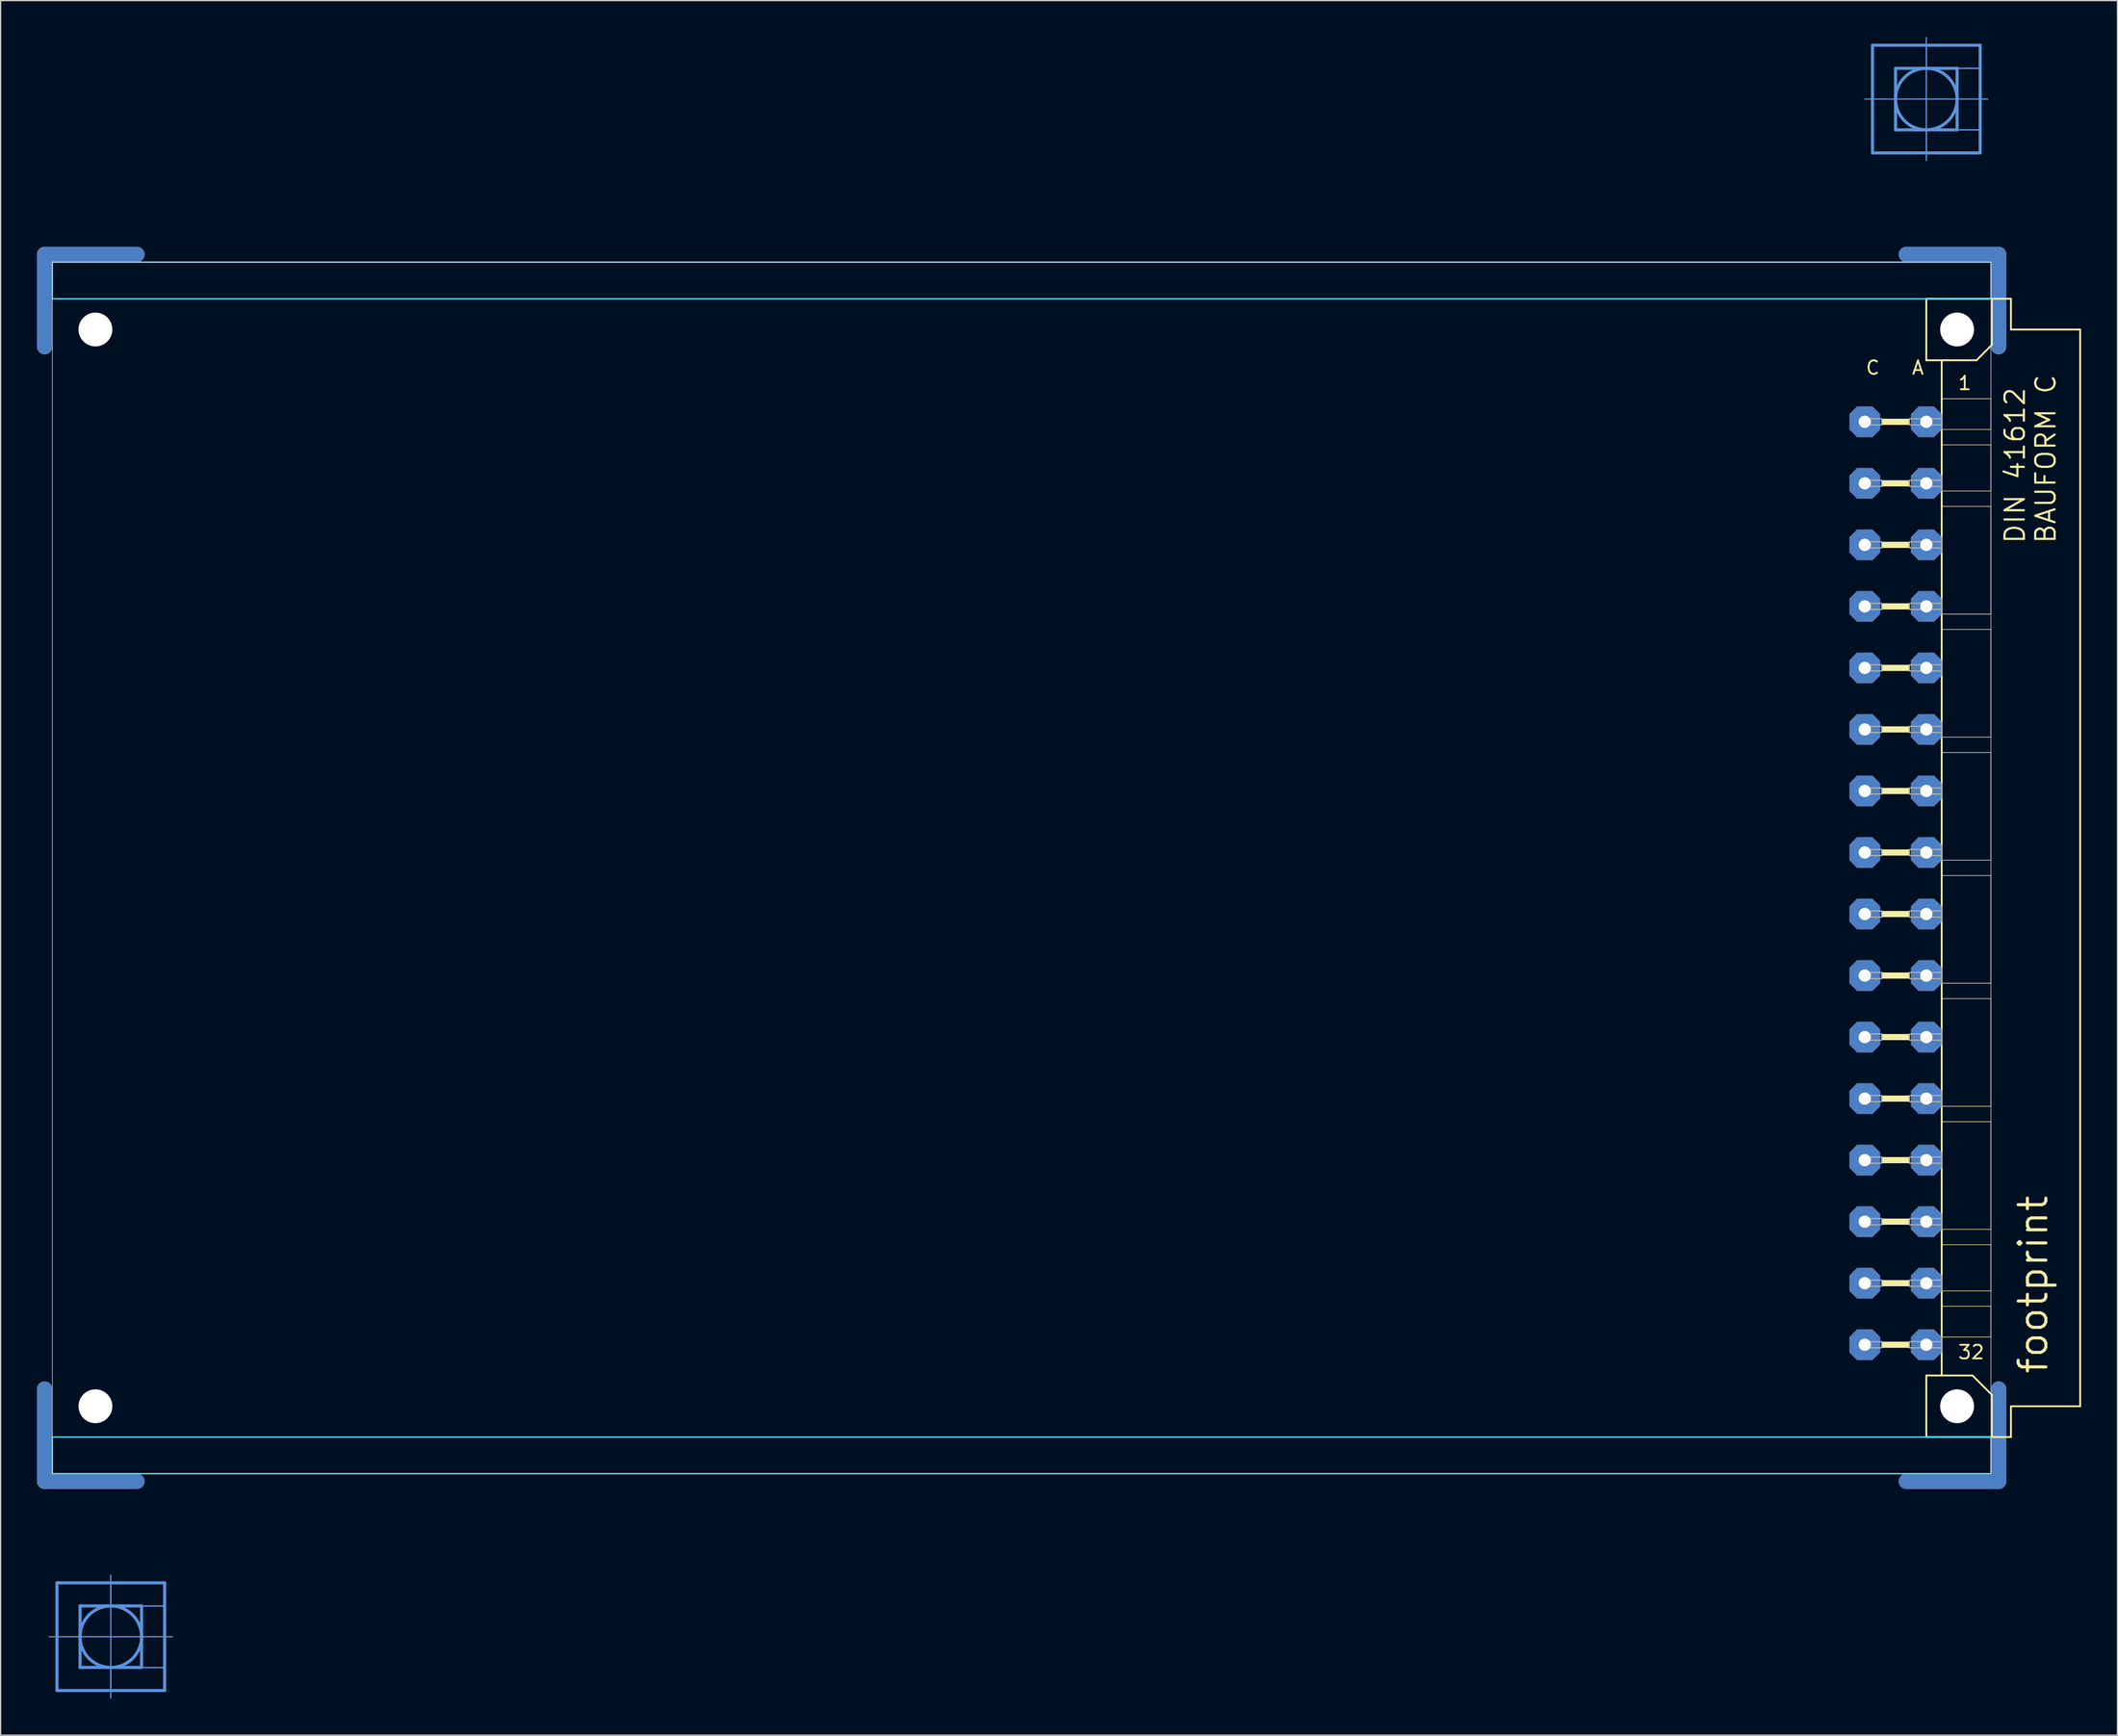
<source format=kicad_pcb>
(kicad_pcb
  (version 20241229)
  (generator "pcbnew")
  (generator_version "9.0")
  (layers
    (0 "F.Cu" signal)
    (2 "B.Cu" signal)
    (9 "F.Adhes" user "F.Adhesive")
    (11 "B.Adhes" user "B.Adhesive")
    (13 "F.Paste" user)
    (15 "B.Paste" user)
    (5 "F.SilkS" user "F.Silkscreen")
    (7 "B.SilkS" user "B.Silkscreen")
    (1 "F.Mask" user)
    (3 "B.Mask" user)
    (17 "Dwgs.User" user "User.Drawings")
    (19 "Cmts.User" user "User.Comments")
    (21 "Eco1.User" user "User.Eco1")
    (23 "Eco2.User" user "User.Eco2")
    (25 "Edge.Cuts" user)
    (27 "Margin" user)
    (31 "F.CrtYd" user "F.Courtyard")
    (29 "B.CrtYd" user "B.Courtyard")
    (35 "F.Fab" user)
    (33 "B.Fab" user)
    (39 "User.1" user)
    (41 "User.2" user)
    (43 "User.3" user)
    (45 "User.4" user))
  (footprint "footprint"
    (layer "F.Cu")
    (at 1.016 68.605)
    (property "Reference" "footprint" (at 165.1 41.91 90) (layer "F.SilkS") (effects (font (size 2.286 2.286) (thickness 0.254)) (justify left bottom)))
    (fp_line (start -0.381 -43.028) (end -0.381 -50.648) (stroke (width 1.27) (type solid)) (layer "F.Cu"))
    (fp_line (start -0.381 43.028) (end -0.381 50.648) (stroke (width 1.27) (type solid)) (layer "F.Cu"))
    (fp_line (start 7.239 -50.648) (end -0.381 -50.648) (stroke (width 1.27) (type solid)) (layer "F.Cu"))
    (fp_line (start 7.239 50.648) (end -0.381 50.648) (stroke (width 1.27) (type solid)) (layer "F.Cu"))
    (fp_line (start 153.289 -50.648) (end 160.909 -50.648) (stroke (width 1.27) (type solid)) (layer "F.Cu"))
    (fp_line (start 153.289 50.648) (end 160.909 50.648) (stroke (width 1.27) (type solid)) (layer "F.Cu"))
    (fp_line (start 160.909 -43.028) (end 160.909 -50.648) (stroke (width 1.27) (type solid)) (layer "F.Cu"))
    (fp_line (start 160.909 43.028) (end 160.909 50.648) (stroke (width 1.27) (type solid)) (layer "F.Cu"))
    (fp_line (start 0.254 -42.393) (end 0.254 -50.013) (stroke (width 0.152) (type solid)) (layer "F.Mask"))
    (fp_line (start 0.254 42.393) (end 0.254 50.013) (stroke (width 0.152) (type solid)) (layer "F.Mask"))
    (fp_line (start 7.874 -50.013) (end 0.254 -50.013) (stroke (width 0.152) (type solid)) (layer "F.Mask"))
    (fp_line (start 7.874 50.013) (end 0.254 50.013) (stroke (width 0.152) (type solid)) (layer "F.Mask"))
    (fp_line (start 152.654 -50.013) (end 160.274 -50.013) (stroke (width 0.152) (type solid)) (layer "F.Mask"))
    (fp_line (start 152.654 50.013) (end 160.274 50.013) (stroke (width 0.152) (type solid)) (layer "F.Mask"))
    (fp_line (start 160.274 -42.393) (end 160.274 -50.013) (stroke (width 0.152) (type solid)) (layer "F.Mask"))
    (fp_line (start 160.274 42.393) (end 160.274 50.013) (stroke (width 0.152) (type solid)) (layer "F.Mask"))
    (fp_line (start -0.381 -43.028) (end -0.381 -50.648) (stroke (width 1.27) (type solid)) (layer "B.Cu"))
    (fp_line (start -0.381 43.028) (end -0.381 50.648) (stroke (width 1.27) (type solid)) (layer "B.Cu"))
    (fp_line (start 7.239 -50.648) (end -0.381 -50.648) (stroke (width 1.27) (type solid)) (layer "B.Cu"))
    (fp_line (start 7.239 50.648) (end -0.381 50.648) (stroke (width 1.27) (type solid)) (layer "B.Cu"))
    (fp_line (start 153.289 -50.648) (end 160.909 -50.648) (stroke (width 1.27) (type solid)) (layer "B.Cu"))
    (fp_line (start 153.289 50.648) (end 160.909 50.648) (stroke (width 1.27) (type solid)) (layer "B.Cu"))
    (fp_line (start 160.909 -43.028) (end 160.909 -50.648) (stroke (width 1.27) (type solid)) (layer "B.Cu"))
    (fp_line (start 160.909 43.028) (end 160.909 50.648) (stroke (width 1.27) (type solid)) (layer "B.Cu"))
    (fp_line (start 0.254 -50.013) (end 7.874 -50.013) (stroke (width 0.152) (type solid)) (layer "B.Mask"))
    (fp_line (start 0.254 -42.393) (end 0.254 -50.013) (stroke (width 0.152) (type solid)) (layer "B.Mask"))
    (fp_line (start 0.254 50.013) (end 0.254 42.393) (stroke (width 0.152) (type solid)) (layer "B.Mask"))
    (fp_line (start 7.874 50.013) (end 0.254 50.013) (stroke (width 0.152) (type solid)) (layer "B.Mask"))
    (fp_line (start 152.654 -50.013) (end 160.274 -50.013) (stroke (width 0.152) (type solid)) (layer "B.Mask"))
    (fp_line (start 160.274 -50.013) (end 160.274 -42.393) (stroke (width 0.152) (type solid)) (layer "B.Mask"))
    (fp_line (start 160.274 42.393) (end 160.274 50.013) (stroke (width 0.152) (type solid)) (layer "B.Mask"))
    (fp_line (start 160.274 50.013) (end 152.654 50.013) (stroke (width 0.152) (type solid)) (layer "B.Mask"))
    (fp_line (start 154.94 -46.99) (end 154.94 -41.91) (stroke (width 0.152) (type solid)) (layer "F.SilkS"))
    (fp_line (start 154.94 -41.91) (end 156.21 -41.91) (stroke (width 0.152) (type solid)) (layer "F.SilkS"))
    (fp_line (start 154.94 41.91) (end 154.94 46.99) (stroke (width 0.152) (type solid)) (layer "F.SilkS"))
    (fp_line (start 154.94 41.91) (end 156.21 41.91) (stroke (width 0.152) (type solid)) (layer "F.SilkS"))
    (fp_line (start 154.94 46.99) (end 160.35 46.99) (stroke (width 0.152) (type solid)) (layer "F.SilkS"))
    (fp_line (start 156.21 -41.91) (end 156.21 -38.735) (stroke (width 0.152) (type solid)) (layer "F.SilkS"))
    (fp_line (start 156.21 -41.91) (end 159.08 -41.91) (stroke (width 0.152) (type solid)) (layer "F.SilkS"))
    (fp_line (start 156.21 -38.735) (end 156.21 -37.465) (stroke (width 0.152) (type solid)) (layer "F.SilkS"))
    (fp_line (start 156.21 -36.195) (end 156.21 -34.925) (stroke (width 0.152) (type solid)) (layer "F.SilkS"))
    (fp_line (start 156.21 -32.385) (end 156.21 -34.925) (stroke (width 0.152) (type solid)) (layer "F.SilkS"))
    (fp_line (start 156.21 -31.115) (end 156.21 -29.845) (stroke (width 0.152) (type solid)) (layer "F.SilkS"))
    (fp_line (start 156.21 -27.305) (end 156.21 -29.845) (stroke (width 0.152) (type solid)) (layer "F.SilkS"))
    (fp_line (start 156.21 -22.225) (end 156.21 -26.035) (stroke (width 0.152) (type solid)) (layer "F.SilkS"))
    (fp_line (start 156.21 -20.955) (end 156.21 -19.685) (stroke (width 0.152) (type solid)) (layer "F.SilkS"))
    (fp_line (start 156.21 -17.145) (end 156.21 -19.685) (stroke (width 0.152) (type solid)) (layer "F.SilkS"))
    (fp_line (start 156.21 -12.065) (end 156.21 -15.875) (stroke (width 0.152) (type solid)) (layer "F.SilkS"))
    (fp_line (start 156.21 -10.795) (end 156.21 -9.525) (stroke (width 0.152) (type solid)) (layer "F.SilkS"))
    (fp_line (start 156.21 -6.985) (end 156.21 -9.525) (stroke (width 0.152) (type solid)) (layer "F.SilkS"))
    (fp_line (start 156.21 -1.905) (end 156.21 -5.715) (stroke (width 0.152) (type solid)) (layer "F.SilkS"))
    (fp_line (start 156.21 -0.635) (end 156.21 0.635) (stroke (width 0.152) (type solid)) (layer "F.SilkS"))
    (fp_line (start 156.21 3.175) (end 156.21 0.635) (stroke (width 0.152) (type solid)) (layer "F.SilkS"))
    (fp_line (start 156.21 8.255) (end 156.21 4.445) (stroke (width 0.152) (type solid)) (layer "F.SilkS"))
    (fp_line (start 156.21 9.525) (end 156.21 10.795) (stroke (width 0.152) (type solid)) (layer "F.SilkS"))
    (fp_line (start 156.21 13.335) (end 156.21 10.795) (stroke (width 0.152) (type solid)) (layer "F.SilkS"))
    (fp_line (start 156.21 18.415) (end 156.21 14.605) (stroke (width 0.152) (type solid)) (layer "F.SilkS"))
    (fp_line (start 156.21 19.685) (end 156.21 20.955) (stroke (width 0.152) (type solid)) (layer "F.SilkS"))
    (fp_line (start 156.21 23.495) (end 156.21 20.955) (stroke (width 0.152) (type solid)) (layer "F.SilkS"))
    (fp_line (start 156.21 28.575) (end 156.21 24.765) (stroke (width 0.152) (type solid)) (layer "F.SilkS"))
    (fp_line (start 156.21 29.845) (end 156.21 31.115) (stroke (width 0.152) (type solid)) (layer "F.SilkS"))
    (fp_line (start 156.21 33.655) (end 156.21 31.115) (stroke (width 0.152) (type solid)) (layer "F.SilkS"))
    (fp_line (start 156.21 34.925) (end 156.21 36.195) (stroke (width 0.152) (type solid)) (layer "F.SilkS"))
    (fp_line (start 156.21 36.195) (end 156.21 38.735) (stroke (width 0.152) (type solid)) (layer "F.SilkS"))
    (fp_line (start 156.21 40.005) (end 156.21 41.91) (stroke (width 0.152) (type solid)) (layer "F.SilkS"))
    (fp_line (start 156.21 41.91) (end 158.75 41.91) (stroke (width 0.152) (type solid)) (layer "F.SilkS"))
    (fp_line (start 159.08 -41.91) (end 160.35 -43.18) (stroke (width 0.152) (type solid)) (layer "F.SilkS"))
    (fp_line (start 160.274 -38.735) (end 156.21 -38.735) (stroke (width 0.051) (type solid)) (layer "F.SilkS"))
    (fp_line (start 160.274 -38.735) (end 160.274 -36.195) (stroke (width 0.051) (type solid)) (layer "F.SilkS"))
    (fp_line (start 160.274 -36.195) (end 156.21 -36.195) (stroke (width 0.051) (type solid)) (layer "F.SilkS"))
    (fp_line (start 160.274 -34.925) (end 156.21 -34.925) (stroke (width 0.051) (type solid)) (layer "F.SilkS"))
    (fp_line (start 160.274 -34.925) (end 160.274 -31.115) (stroke (width 0.051) (type solid)) (layer "F.SilkS"))
    (fp_line (start 160.274 -31.115) (end 156.21 -31.115) (stroke (width 0.051) (type solid)) (layer "F.SilkS"))
    (fp_line (start 160.274 -29.845) (end 156.21 -29.845) (stroke (width 0.051) (type solid)) (layer "F.SilkS"))
    (fp_line (start 160.274 -29.845) (end 160.274 -20.955) (stroke (width 0.051) (type solid)) (layer "F.SilkS"))
    (fp_line (start 160.274 -20.955) (end 156.21 -20.955) (stroke (width 0.051) (type solid)) (layer "F.SilkS"))
    (fp_line (start 160.274 -19.685) (end 156.21 -19.685) (stroke (width 0.051) (type solid)) (layer "F.SilkS"))
    (fp_line (start 160.274 -19.685) (end 160.274 -10.795) (stroke (width 0.051) (type solid)) (layer "F.SilkS"))
    (fp_line (start 160.274 -10.795) (end 156.21 -10.795) (stroke (width 0.051) (type solid)) (layer "F.SilkS"))
    (fp_line (start 160.274 -9.525) (end 156.21 -9.525) (stroke (width 0.051) (type solid)) (layer "F.SilkS"))
    (fp_line (start 160.274 -9.525) (end 160.274 -0.635) (stroke (width 0.051) (type solid)) (layer "F.SilkS"))
    (fp_line (start 160.274 -0.635) (end 156.21 -0.635) (stroke (width 0.051) (type solid)) (layer "F.SilkS"))
    (fp_line (start 160.274 0.635) (end 156.21 0.635) (stroke (width 0.051) (type solid)) (layer "F.SilkS"))
    (fp_line (start 160.274 0.635) (end 160.274 9.525) (stroke (width 0.051) (type solid)) (layer "F.SilkS"))
    (fp_line (start 160.274 9.525) (end 156.21 9.525) (stroke (width 0.051) (type solid)) (layer "F.SilkS"))
    (fp_line (start 160.274 10.795) (end 156.21 10.795) (stroke (width 0.051) (type solid)) (layer "F.SilkS"))
    (fp_line (start 160.274 10.795) (end 160.274 19.685) (stroke (width 0.051) (type solid)) (layer "F.SilkS"))
    (fp_line (start 160.274 19.685) (end 156.21 19.685) (stroke (width 0.051) (type solid)) (layer "F.SilkS"))
    (fp_line (start 160.274 20.955) (end 156.21 20.955) (stroke (width 0.051) (type solid)) (layer "F.SilkS"))
    (fp_line (start 160.274 20.955) (end 160.274 29.845) (stroke (width 0.051) (type solid)) (layer "F.SilkS"))
    (fp_line (start 160.274 29.845) (end 156.21 29.845) (stroke (width 0.051) (type solid)) (layer "F.SilkS"))
    (fp_line (start 160.274 31.115) (end 156.21 31.115) (stroke (width 0.051) (type solid)) (layer "F.SilkS"))
    (fp_line (start 160.274 31.115) (end 160.274 34.925) (stroke (width 0.051) (type solid)) (layer "F.SilkS"))
    (fp_line (start 160.274 34.925) (end 156.21 34.925) (stroke (width 0.051) (type solid)) (layer "F.SilkS"))
    (fp_line (start 160.274 36.195) (end 156.21 36.195) (stroke (width 0.051) (type solid)) (layer "F.SilkS"))
    (fp_line (start 160.274 36.195) (end 160.274 38.735) (stroke (width 0.051) (type solid)) (layer "F.SilkS"))
    (fp_line (start 160.274 38.735) (end 156.21 38.735) (stroke (width 0.051) (type solid)) (layer "F.SilkS"))
    (fp_line (start 160.35 -46.99) (end 154.94 -46.99) (stroke (width 0.152) (type solid)) (layer "F.SilkS"))
    (fp_line (start 160.35 -43.18) (end 160.35 -46.99) (stroke (width 0.152) (type solid)) (layer "F.SilkS"))
    (fp_line (start 160.35 43.51) (end 158.75 41.91) (stroke (width 0.152) (type solid)) (layer "F.SilkS"))
    (fp_line (start 160.35 43.51) (end 160.35 46.99) (stroke (width 0.152) (type solid)) (layer "F.SilkS"))
    (fp_line (start 160.35 46.99) (end 161.925 46.99) (stroke (width 0.152) (type solid)) (layer "F.SilkS"))
    (fp_line (start 161.925 -46.99) (end 160.35 -46.99) (stroke (width 0.152) (type solid)) (layer "F.SilkS"))
    (fp_line (start 161.925 -44.45) (end 161.925 -46.99) (stroke (width 0.152) (type solid)) (layer "F.SilkS"))
    (fp_line (start 161.925 44.45) (end 167.64 44.45) (stroke (width 0.152) (type solid)) (layer "F.SilkS"))
    (fp_line (start 161.925 46.99) (end 161.925 44.45) (stroke (width 0.152) (type solid)) (layer "F.SilkS"))
    (fp_line (start 167.64 -44.45) (end 161.925 -44.45) (stroke (width 0.152) (type solid)) (layer "F.SilkS"))
    (fp_line (start 167.64 44.45) (end 167.64 -44.45) (stroke (width 0.152) (type solid)) (layer "F.SilkS"))
    (fp_circle (center 157.48 -44.45) (end 158.75 -44.45) (stroke (width 0.152) (type solid)) (fill no) (layer "F.SilkS"))
    (fp_circle (center 157.48 44.45) (end 158.75 44.45) (stroke (width 0.152) (type solid)) (fill no) (layer "F.SilkS"))
    (fp_poly (pts (xy 151.257 -36.576) (xy 153.543 -36.576) (xy 153.543 -37.084) (xy 151.257 -37.084)) (stroke (width 0) (type solid)) (fill yes) (layer "F.SilkS"))
    (fp_poly (pts (xy 151.257 -31.496) (xy 153.543 -31.496) (xy 153.543 -32.004) (xy 151.257 -32.004)) (stroke (width 0) (type solid)) (fill yes) (layer "F.SilkS"))
    (fp_poly (pts (xy 151.257 -26.416) (xy 153.543 -26.416) (xy 153.543 -26.924) (xy 151.257 -26.924)) (stroke (width 0) (type solid)) (fill yes) (layer "F.SilkS"))
    (fp_poly (pts (xy 151.257 -21.336) (xy 153.543 -21.336) (xy 153.543 -21.844) (xy 151.257 -21.844)) (stroke (width 0) (type solid)) (fill yes) (layer "F.SilkS"))
    (fp_poly (pts (xy 151.257 -16.256) (xy 153.543 -16.256) (xy 153.543 -16.764) (xy 151.257 -16.764)) (stroke (width 0) (type solid)) (fill yes) (layer "F.SilkS"))
    (fp_poly (pts (xy 151.257 -11.176) (xy 153.543 -11.176) (xy 153.543 -11.684) (xy 151.257 -11.684)) (stroke (width 0) (type solid)) (fill yes) (layer "F.SilkS"))
    (fp_poly (pts (xy 151.257 -6.096) (xy 153.543 -6.096) (xy 153.543 -6.604) (xy 151.257 -6.604)) (stroke (width 0) (type solid)) (fill yes) (layer "F.SilkS"))
    (fp_poly (pts (xy 151.257 -1.016) (xy 153.543 -1.016) (xy 153.543 -1.524) (xy 151.257 -1.524)) (stroke (width 0) (type solid)) (fill yes) (layer "F.SilkS"))
    (fp_poly (pts (xy 151.257 4.064) (xy 153.543 4.064) (xy 153.543 3.556) (xy 151.257 3.556)) (stroke (width 0) (type solid)) (fill yes) (layer "F.SilkS"))
    (fp_poly (pts (xy 151.257 9.144) (xy 153.543 9.144) (xy 153.543 8.636) (xy 151.257 8.636)) (stroke (width 0) (type solid)) (fill yes) (layer "F.SilkS"))
    (fp_poly (pts (xy 151.257 14.224) (xy 153.543 14.224) (xy 153.543 13.716) (xy 151.257 13.716)) (stroke (width 0) (type solid)) (fill yes) (layer "F.SilkS"))
    (fp_poly (pts (xy 151.257 19.304) (xy 153.543 19.304) (xy 153.543 18.796) (xy 151.257 18.796)) (stroke (width 0) (type solid)) (fill yes) (layer "F.SilkS"))
    (fp_poly (pts (xy 151.257 24.384) (xy 153.543 24.384) (xy 153.543 23.876) (xy 151.257 23.876)) (stroke (width 0) (type solid)) (fill yes) (layer "F.SilkS"))
    (fp_poly (pts (xy 151.257 29.464) (xy 153.543 29.464) (xy 153.543 28.956) (xy 151.257 28.956)) (stroke (width 0) (type solid)) (fill yes) (layer "F.SilkS"))
    (fp_poly (pts (xy 151.257 34.544) (xy 153.543 34.544) (xy 153.543 34.036) (xy 151.257 34.036)) (stroke (width 0) (type solid)) (fill yes) (layer "F.SilkS"))
    (fp_poly (pts (xy 151.257 39.624) (xy 153.543 39.624) (xy 153.543 39.116) (xy 151.257 39.116)) (stroke (width 0) (type solid)) (fill yes) (layer "F.SilkS"))
    (fp_line (start 0 63.475) (end 0.635 63.475) (stroke (width 0.102) (type solid)) (layer "Cmts.User"))
    (fp_line (start 0.635 59.03) (end 9.525 59.03) (stroke (width 0.254) (type solid)) (layer "Cmts.User"))
    (fp_line (start 0.635 63.475) (end 0.635 59.03) (stroke (width 0.254) (type solid)) (layer "Cmts.User"))
    (fp_line (start 0.635 63.475) (end 10.16 63.475) (stroke (width 0.102) (type solid)) (layer "Cmts.User"))
    (fp_line (start 0.635 67.92) (end 0.635 63.475) (stroke (width 0.254) (type solid)) (layer "Cmts.User"))
    (fp_line (start 2.54 60.935) (end 2.54 66.015) (stroke (width 0.254) (type solid)) (layer "Cmts.User"))
    (fp_line (start 2.54 66.015) (end 7.62 66.015) (stroke (width 0.254) (type solid)) (layer "Cmts.User"))
    (fp_line (start 5.08 68.555) (end 5.08 58.395) (stroke (width 0.102) (type solid)) (layer "Cmts.User"))
    (fp_line (start 7.62 60.935) (end 2.54 60.935) (stroke (width 0.254) (type solid)) (layer "Cmts.User"))
    (fp_line (start 7.62 66.015) (end 7.62 60.935) (stroke (width 0.254) (type solid)) (layer "Cmts.User"))
    (fp_line (start 9.525 59.03) (end 9.525 67.92) (stroke (width 0.254) (type solid)) (layer "Cmts.User"))
    (fp_line (start 9.525 67.92) (end 0.635 67.92) (stroke (width 0.254) (type solid)) (layer "Cmts.User"))
    (fp_line (start 149.86 -63.475) (end 150.495 -63.475) (stroke (width 0.102) (type solid)) (layer "Cmts.User"))
    (fp_line (start 150.495 -67.92) (end 159.385 -67.92) (stroke (width 0.254) (type solid)) (layer "Cmts.User"))
    (fp_line (start 150.495 -63.475) (end 150.495 -67.92) (stroke (width 0.254) (type solid)) (layer "Cmts.User"))
    (fp_line (start 150.495 -63.475) (end 160.02 -63.475) (stroke (width 0.102) (type solid)) (layer "Cmts.User"))
    (fp_line (start 150.495 -59.03) (end 150.495 -63.475) (stroke (width 0.254) (type solid)) (layer "Cmts.User"))
    (fp_line (start 152.4 -66.015) (end 152.4 -60.935) (stroke (width 0.254) (type solid)) (layer "Cmts.User"))
    (fp_line (start 152.4 -60.935) (end 157.48 -60.935) (stroke (width 0.254) (type solid)) (layer "Cmts.User"))
    (fp_line (start 154.94 -58.395) (end 154.94 -68.555) (stroke (width 0.102) (type solid)) (layer "Cmts.User"))
    (fp_line (start 157.48 -66.015) (end 152.4 -66.015) (stroke (width 0.254) (type solid)) (layer "Cmts.User"))
    (fp_line (start 157.48 -60.935) (end 157.48 -66.015) (stroke (width 0.254) (type solid)) (layer "Cmts.User"))
    (fp_line (start 159.385 -67.92) (end 159.385 -59.03) (stroke (width 0.254) (type solid)) (layer "Cmts.User"))
    (fp_line (start 159.385 -59.03) (end 150.495 -59.03) (stroke (width 0.254) (type solid)) (layer "Cmts.User"))
    (fp_circle (center 5.08 63.475) (end 7.62 63.475) (stroke (width 0.254) (type solid)) (fill no) (layer "Cmts.User"))
    (fp_circle (center 154.94 -63.475) (end 157.48 -63.475) (stroke (width 0.254) (type solid)) (fill no) (layer "Cmts.User"))
    (fp_poly (pts (xy 5.08 60.935) (xy 9.525 60.935) (xy 9.525 59.03) (xy 5.08 59.03)) (stroke (width 0.1) (type solid)) (fill no) (layer "Cmts.User"))
    (fp_poly (pts (xy 5.08 67.92) (xy 9.525 67.92) (xy 9.525 66.015) (xy 5.08 66.015)) (stroke (width 0.1) (type solid)) (fill no) (layer "Cmts.User"))
    (fp_poly (pts (xy 7.62 66.015) (xy 9.525 66.015) (xy 9.525 60.935) (xy 7.62 60.935)) (stroke (width 0.1) (type solid)) (fill no) (layer "Cmts.User"))
    (fp_poly (pts (xy 154.94 -66.015) (xy 159.385 -66.015) (xy 159.385 -67.92) (xy 154.94 -67.92)) (stroke (width 0.1) (type solid)) (fill no) (layer "Cmts.User"))
    (fp_poly (pts (xy 154.94 -59.03) (xy 159.385 -59.03) (xy 159.385 -60.935) (xy 154.94 -60.935)) (stroke (width 0.1) (type solid)) (fill no) (layer "Cmts.User"))
    (fp_poly (pts (xy 157.48 -60.935) (xy 159.385 -60.935) (xy 159.385 -66.015) (xy 157.48 -66.015)) (stroke (width 0.1) (type solid)) (fill no) (layer "Cmts.User"))
    (fp_line (start 0.254 -50.013) (end 0.254 50.013) (stroke (width 0.05) (type solid)) (layer "Edge.Cuts"))
    (fp_line (start 0.254 50.013) (end 160.274 50.013) (stroke (width 0.05) (type solid)) (layer "Edge.Cuts"))
    (fp_line (start 160.274 -50.013) (end 0.254 -50.013) (stroke (width 0.05) (type solid)) (layer "Edge.Cuts"))
    (fp_line (start 160.274 50.013) (end 160.274 -50.013) (stroke (width 0.05) (type solid)) (layer "Edge.Cuts"))
    (fp_line (start 0.254 -46.99) (end 0.254 -50.013) (stroke (width 0.051) (type solid)) (layer "B.CrtYd"))
    (fp_line (start 0.254 46.99) (end 0.254 50.013) (stroke (width 0.051) (type solid)) (layer "B.CrtYd"))
    (fp_line (start 160.274 -50.013) (end 0.254 -50.013) (stroke (width 0.051) (type solid)) (layer "B.CrtYd"))
    (fp_line (start 160.274 -50.013) (end 160.274 -46.99) (stroke (width 0.051) (type solid)) (layer "B.CrtYd"))
    (fp_line (start 160.274 50.013) (end 0.254 50.013) (stroke (width 0.051) (type solid)) (layer "B.CrtYd"))
    (fp_line (start 160.274 50.013) (end 160.274 46.99) (stroke (width 0.051) (type solid)) (layer "B.CrtYd"))
    (fp_poly (pts (xy 0.254 -46.99) (xy 160.274 -46.99) (xy 160.274 -50.013) (xy 0.254 -50.013)) (stroke (width 0.1) (type solid)) (fill no) (layer "B.CrtYd"))
    (fp_poly (pts (xy 0.254 50.013) (xy 160.274 50.013) (xy 160.274 46.99) (xy 0.254 46.99)) (stroke (width 0.1) (type solid)) (fill no) (layer "B.CrtYd"))
    (fp_line (start 0.254 -46.99) (end 0.254 -50.013) (stroke (width 0.051) (type solid)) (layer "F.CrtYd"))
    (fp_line (start 0.254 46.99) (end 0.254 50.013) (stroke (width 0.051) (type solid)) (layer "F.CrtYd"))
    (fp_line (start 160.274 -50.013) (end 0.254 -50.013) (stroke (width 0.051) (type solid)) (layer "F.CrtYd"))
    (fp_line (start 160.274 -50.013) (end 160.274 -46.99) (stroke (width 0.051) (type solid)) (layer "F.CrtYd"))
    (fp_line (start 160.274 50.013) (end 0.254 50.013) (stroke (width 0.051) (type solid)) (layer "F.CrtYd"))
    (fp_line (start 160.274 50.013) (end 160.274 46.99) (stroke (width 0.051) (type solid)) (layer "F.CrtYd"))
    (fp_poly (pts (xy 0.254 -46.99) (xy 160.274 -46.99) (xy 160.274 -50.013) (xy 0.254 -50.013)) (stroke (width 0.1) (type solid)) (fill no) (layer "F.CrtYd"))
    (fp_poly (pts (xy 0.254 50.013) (xy 160.274 50.013) (xy 160.274 46.99) (xy 0.254 46.99)) (stroke (width 0.1) (type solid)) (fill no) (layer "F.CrtYd"))
    (fp_line (start 156.21 -36.195) (end 156.21 -37.465) (stroke (width 0.152) (type solid)) (layer "F.Fab"))
    (fp_line (start 156.21 -31.115) (end 156.21 -32.385) (stroke (width 0.152) (type solid)) (layer "F.Fab"))
    (fp_line (start 156.21 -26.035) (end 156.21 -27.305) (stroke (width 0.152) (type solid)) (layer "F.Fab"))
    (fp_line (start 156.21 -20.955) (end 156.21 -22.225) (stroke (width 0.152) (type solid)) (layer "F.Fab"))
    (fp_line (start 156.21 -15.875) (end 156.21 -17.145) (stroke (width 0.152) (type solid)) (layer "F.Fab"))
    (fp_line (start 156.21 -10.795) (end 156.21 -12.065) (stroke (width 0.152) (type solid)) (layer "F.Fab"))
    (fp_line (start 156.21 -5.715) (end 156.21 -6.985) (stroke (width 0.152) (type solid)) (layer "F.Fab"))
    (fp_line (start 156.21 -0.635) (end 156.21 -1.905) (stroke (width 0.152) (type solid)) (layer "F.Fab"))
    (fp_line (start 156.21 4.445) (end 156.21 3.175) (stroke (width 0.152) (type solid)) (layer "F.Fab"))
    (fp_line (start 156.21 9.525) (end 156.21 8.255) (stroke (width 0.152) (type solid)) (layer "F.Fab"))
    (fp_line (start 156.21 14.605) (end 156.21 13.335) (stroke (width 0.152) (type solid)) (layer "F.Fab"))
    (fp_line (start 156.21 19.685) (end 156.21 18.415) (stroke (width 0.152) (type solid)) (layer "F.Fab"))
    (fp_line (start 156.21 24.765) (end 156.21 23.495) (stroke (width 0.152) (type solid)) (layer "F.Fab"))
    (fp_line (start 156.21 29.845) (end 156.21 28.575) (stroke (width 0.152) (type solid)) (layer "F.Fab"))
    (fp_line (start 156.21 34.925) (end 156.21 33.655) (stroke (width 0.152) (type solid)) (layer "F.Fab"))
    (fp_line (start 156.21 40.005) (end 156.21 38.735) (stroke (width 0.152) (type solid)) (layer "F.Fab"))
    (fp_poly (pts (xy 149.606 -36.576) (xy 151.257 -36.576) (xy 151.257 -37.084) (xy 149.606 -37.084)) (stroke (width 0.1) (type solid)) (fill no) (layer "F.Fab"))
    (fp_poly (pts (xy 149.606 -31.496) (xy 151.257 -31.496) (xy 151.257 -32.004) (xy 149.606 -32.004)) (stroke (width 0.1) (type solid)) (fill no) (layer "F.Fab"))
    (fp_poly (pts (xy 149.606 -26.416) (xy 151.257 -26.416) (xy 151.257 -26.924) (xy 149.606 -26.924)) (stroke (width 0.1) (type solid)) (fill no) (layer "F.Fab"))
    (fp_poly (pts (xy 149.606 -21.336) (xy 151.257 -21.336) (xy 151.257 -21.844) (xy 149.606 -21.844)) (stroke (width 0.1) (type solid)) (fill no) (layer "F.Fab"))
    (fp_poly (pts (xy 149.606 -16.256) (xy 151.257 -16.256) (xy 151.257 -16.764) (xy 149.606 -16.764)) (stroke (width 0.1) (type solid)) (fill no) (layer "F.Fab"))
    (fp_poly (pts (xy 149.606 -11.176) (xy 151.257 -11.176) (xy 151.257 -11.684) (xy 149.606 -11.684)) (stroke (width 0.1) (type solid)) (fill no) (layer "F.Fab"))
    (fp_poly (pts (xy 149.606 -6.096) (xy 151.257 -6.096) (xy 151.257 -6.604) (xy 149.606 -6.604)) (stroke (width 0.1) (type solid)) (fill no) (layer "F.Fab"))
    (fp_poly (pts (xy 149.606 -1.016) (xy 151.257 -1.016) (xy 151.257 -1.524) (xy 149.606 -1.524)) (stroke (width 0.1) (type solid)) (fill no) (layer "F.Fab"))
    (fp_poly (pts (xy 149.606 4.064) (xy 151.257 4.064) (xy 151.257 3.556) (xy 149.606 3.556)) (stroke (width 0.1) (type solid)) (fill no) (layer "F.Fab"))
    (fp_poly (pts (xy 149.606 9.144) (xy 151.257 9.144) (xy 151.257 8.636) (xy 149.606 8.636)) (stroke (width 0.1) (type solid)) (fill no) (layer "F.Fab"))
    (fp_poly (pts (xy 149.606 14.224) (xy 151.257 14.224) (xy 151.257 13.716) (xy 149.606 13.716)) (stroke (width 0.1) (type solid)) (fill no) (layer "F.Fab"))
    (fp_poly (pts (xy 149.606 19.304) (xy 151.257 19.304) (xy 151.257 18.796) (xy 149.606 18.796)) (stroke (width 0.1) (type solid)) (fill no) (layer "F.Fab"))
    (fp_poly (pts (xy 149.606 24.384) (xy 151.257 24.384) (xy 151.257 23.876) (xy 149.606 23.876)) (stroke (width 0.1) (type solid)) (fill no) (layer "F.Fab"))
    (fp_poly (pts (xy 149.606 29.464) (xy 151.257 29.464) (xy 151.257 28.956) (xy 149.606 28.956)) (stroke (width 0.1) (type solid)) (fill no) (layer "F.Fab"))
    (fp_poly (pts (xy 149.606 34.544) (xy 151.257 34.544) (xy 151.257 34.036) (xy 149.606 34.036)) (stroke (width 0.1) (type solid)) (fill no) (layer "F.Fab"))
    (fp_poly (pts (xy 149.606 39.624) (xy 151.257 39.624) (xy 151.257 39.116) (xy 149.606 39.116)) (stroke (width 0.1) (type solid)) (fill no) (layer "F.Fab"))
    (fp_poly (pts (xy 153.543 -36.576) (xy 156.21 -36.576) (xy 156.21 -37.084) (xy 153.543 -37.084)) (stroke (width 0.1) (type solid)) (fill no) (layer "F.Fab"))
    (fp_poly (pts (xy 153.543 -31.496) (xy 156.21 -31.496) (xy 156.21 -32.004) (xy 153.543 -32.004)) (stroke (width 0.1) (type solid)) (fill no) (layer "F.Fab"))
    (fp_poly (pts (xy 153.543 -26.416) (xy 156.21 -26.416) (xy 156.21 -26.924) (xy 153.543 -26.924)) (stroke (width 0.1) (type solid)) (fill no) (layer "F.Fab"))
    (fp_poly (pts (xy 153.543 -21.336) (xy 156.21 -21.336) (xy 156.21 -21.844) (xy 153.543 -21.844)) (stroke (width 0.1) (type solid)) (fill no) (layer "F.Fab"))
    (fp_poly (pts (xy 153.543 -16.256) (xy 156.21 -16.256) (xy 156.21 -16.764) (xy 153.543 -16.764)) (stroke (width 0.1) (type solid)) (fill no) (layer "F.Fab"))
    (fp_poly (pts (xy 153.543 -11.176) (xy 156.21 -11.176) (xy 156.21 -11.684) (xy 153.543 -11.684)) (stroke (width 0.1) (type solid)) (fill no) (layer "F.Fab"))
    (fp_poly (pts (xy 153.543 -6.096) (xy 156.21 -6.096) (xy 156.21 -6.604) (xy 153.543 -6.604)) (stroke (width 0.1) (type solid)) (fill no) (layer "F.Fab"))
    (fp_poly (pts (xy 153.543 -1.016) (xy 156.21 -1.016) (xy 156.21 -1.524) (xy 153.543 -1.524)) (stroke (width 0.1) (type solid)) (fill no) (layer "F.Fab"))
    (fp_poly (pts (xy 153.543 4.064) (xy 156.21 4.064) (xy 156.21 3.556) (xy 153.543 3.556)) (stroke (width 0.1) (type solid)) (fill no) (layer "F.Fab"))
    (fp_poly (pts (xy 153.543 9.144) (xy 156.21 9.144) (xy 156.21 8.636) (xy 153.543 8.636)) (stroke (width 0.1) (type solid)) (fill no) (layer "F.Fab"))
    (fp_poly (pts (xy 153.543 14.224) (xy 156.21 14.224) (xy 156.21 13.716) (xy 153.543 13.716)) (stroke (width 0.1) (type solid)) (fill no) (layer "F.Fab"))
    (fp_poly (pts (xy 153.543 19.304) (xy 156.21 19.304) (xy 156.21 18.796) (xy 153.543 18.796)) (stroke (width 0.1) (type solid)) (fill no) (layer "F.Fab"))
    (fp_poly (pts (xy 153.543 24.384) (xy 156.21 24.384) (xy 156.21 23.876) (xy 153.543 23.876)) (stroke (width 0.1) (type solid)) (fill no) (layer "F.Fab"))
    (fp_poly (pts (xy 153.543 29.464) (xy 156.21 29.464) (xy 156.21 28.956) (xy 153.543 28.956)) (stroke (width 0.1) (type solid)) (fill no) (layer "F.Fab"))
    (fp_poly (pts (xy 153.543 34.544) (xy 156.21 34.544) (xy 156.21 34.036) (xy 153.543 34.036)) (stroke (width 0.1) (type solid)) (fill no) (layer "F.Fab"))
    (fp_poly (pts (xy 153.543 39.624) (xy 156.21 39.624) (xy 156.21 39.116) (xy 153.543 39.116)) (stroke (width 0.1) (type solid)) (fill no) (layer "F.Fab"))
    (fp_text user "A" (at 153.67 -40.64 0) (layer "F.SilkS") (effects (font (size 1.118 1.118) (thickness 0.152)) (justify left bottom)))
    (fp_text user "BAUFORM C" (at 165.735 -26.67 90) (layer "F.SilkS") (effects (font (size 1.6 1.6) (thickness 0.178)) (justify left bottom)))
    (fp_text user "DIN 41612" (at 163.195 -26.67 90) (layer "F.SilkS") (effects (font (size 1.6 1.6) (thickness 0.178)) (justify left bottom)))
    (fp_text user "1" (at 157.48 -39.37 0) (layer "F.SilkS") (effects (font (size 1.118 1.118) (thickness 0.152)) (justify left bottom)))
    (fp_text user "32" (at 157.48 40.64 0) (layer "F.SilkS") (effects (font (size 1.118 1.118) (thickness 0.152)) (justify left bottom)))
    (fp_text user "C" (at 149.86 -40.64 0) (layer "F.SilkS") (effects (font (size 1.118 1.118) (thickness 0.152)) (justify left bottom)))
    (pad "" np_thru_hole circle (at 3.81 -44.45) (size 2.794 2.794) (drill 2.794) (layers "*.Cu" "*.Mask"))
    (pad "" np_thru_hole circle (at 3.81 44.45) (size 2.794 2.794) (drill 2.794) (layers "*.Cu" "*.Mask"))
    (pad "" np_thru_hole circle (at 157.48 -44.45) (size 2.794 2.794) (drill 2.794) (layers "*.Cu" "*.Mask"))
    (pad "" np_thru_hole circle (at 157.48 44.45) (size 2.794 2.794) (drill 2.794) (layers "*.Cu" "*.Mask"))
    (pad "A2" thru_hole roundrect (at 154.94 -36.83) (size 2.54 2.54) (drill 1.016) (layers "*.Cu" "*.Mask") (roundrect_rratio 0.25) (chamfer_ratio 0.25) (chamfer top_left top_right bottom_left bottom_right))
    (pad "A4" thru_hole roundrect (at 154.94 -31.75) (size 2.54 2.54) (drill 1.016) (layers "*.Cu" "*.Mask") (roundrect_rratio 0.25) (chamfer_ratio 0.25) (chamfer top_left top_right bottom_left bottom_right))
    (pad "A6" thru_hole roundrect (at 154.94 -26.67) (size 2.54 2.54) (drill 1.016) (layers "*.Cu" "*.Mask") (roundrect_rratio 0.25) (chamfer_ratio 0.25) (chamfer top_left top_right bottom_left bottom_right))
    (pad "A8" thru_hole roundrect (at 154.94 -21.59) (size 2.54 2.54) (drill 1.016) (layers "*.Cu" "*.Mask") (roundrect_rratio 0.25) (chamfer_ratio 0.25) (chamfer top_left top_right bottom_left bottom_right))
    (pad "A10" thru_hole roundrect (at 154.94 -16.51) (size 2.54 2.54) (drill 1.016) (layers "*.Cu" "*.Mask") (roundrect_rratio 0.25) (chamfer_ratio 0.25) (chamfer top_left top_right bottom_left bottom_right))
    (pad "A12" thru_hole roundrect (at 154.94 -11.43) (size 2.54 2.54) (drill 1.016) (layers "*.Cu" "*.Mask") (roundrect_rratio 0.25) (chamfer_ratio 0.25) (chamfer top_left top_right bottom_left bottom_right))
    (pad "A14" thru_hole roundrect (at 154.94 -6.35) (size 2.54 2.54) (drill 1.016) (layers "*.Cu" "*.Mask") (roundrect_rratio 0.25) (chamfer_ratio 0.25) (chamfer top_left top_right bottom_left bottom_right))
    (pad "A16" thru_hole roundrect (at 154.94 -1.27) (size 2.54 2.54) (drill 1.016) (layers "*.Cu" "*.Mask") (roundrect_rratio 0.25) (chamfer_ratio 0.25) (chamfer top_left top_right bottom_left bottom_right))
    (pad "A18" thru_hole roundrect (at 154.94 3.81) (size 2.54 2.54) (drill 1.016) (layers "*.Cu" "*.Mask") (roundrect_rratio 0.25) (chamfer_ratio 0.25) (chamfer top_left top_right bottom_left bottom_right))
    (pad "A20" thru_hole roundrect (at 154.94 8.89) (size 2.54 2.54) (drill 1.016) (layers "*.Cu" "*.Mask") (roundrect_rratio 0.25) (chamfer_ratio 0.25) (chamfer top_left top_right bottom_left bottom_right))
    (pad "A22" thru_hole roundrect (at 154.94 13.97) (size 2.54 2.54) (drill 1.016) (layers "*.Cu" "*.Mask") (roundrect_rratio 0.25) (chamfer_ratio 0.25) (chamfer top_left top_right bottom_left bottom_right))
    (pad "A24" thru_hole roundrect (at 154.94 19.05) (size 2.54 2.54) (drill 1.016) (layers "*.Cu" "*.Mask") (roundrect_rratio 0.25) (chamfer_ratio 0.25) (chamfer top_left top_right bottom_left bottom_right))
    (pad "A26" thru_hole roundrect (at 154.94 24.13) (size 2.54 2.54) (drill 1.016) (layers "*.Cu" "*.Mask") (roundrect_rratio 0.25) (chamfer_ratio 0.25) (chamfer top_left top_right bottom_left bottom_right))
    (pad "A28" thru_hole roundrect (at 154.94 29.21) (size 2.54 2.54) (drill 1.016) (layers "*.Cu" "*.Mask") (roundrect_rratio 0.25) (chamfer_ratio 0.25) (chamfer top_left top_right bottom_left bottom_right))
    (pad "A30" thru_hole roundrect (at 154.94 34.29) (size 2.54 2.54) (drill 1.016) (layers "*.Cu" "*.Mask") (roundrect_rratio 0.25) (chamfer_ratio 0.25) (chamfer top_left top_right bottom_left bottom_right))
    (pad "A32" thru_hole roundrect (at 154.94 39.37) (size 2.54 2.54) (drill 1.016) (layers "*.Cu" "*.Mask") (roundrect_rratio 0.25) (chamfer_ratio 0.25) (chamfer top_left top_right bottom_left bottom_right))
    (pad "C2" thru_hole roundrect (at 149.86 -36.83) (size 2.54 2.54) (drill 1.016) (layers "*.Cu" "*.Mask") (roundrect_rratio 0.25) (chamfer_ratio 0.25) (chamfer top_left top_right bottom_left bottom_right))
    (pad "C4" thru_hole roundrect (at 149.86 -31.75) (size 2.54 2.54) (drill 1.016) (layers "*.Cu" "*.Mask") (roundrect_rratio 0.25) (chamfer_ratio 0.25) (chamfer top_left top_right bottom_left bottom_right))
    (pad "C6" thru_hole roundrect (at 149.86 -26.67) (size 2.54 2.54) (drill 1.016) (layers "*.Cu" "*.Mask") (roundrect_rratio 0.25) (chamfer_ratio 0.25) (chamfer top_left top_right bottom_left bottom_right))
    (pad "C8" thru_hole roundrect (at 149.86 -21.59) (size 2.54 2.54) (drill 1.016) (layers "*.Cu" "*.Mask") (roundrect_rratio 0.25) (chamfer_ratio 0.25) (chamfer top_left top_right bottom_left bottom_right))
    (pad "C10" thru_hole roundrect (at 149.86 -16.51) (size 2.54 2.54) (drill 1.016) (layers "*.Cu" "*.Mask") (roundrect_rratio 0.25) (chamfer_ratio 0.25) (chamfer top_left top_right bottom_left bottom_right))
    (pad "C12" thru_hole roundrect (at 149.86 -11.43) (size 2.54 2.54) (drill 1.016) (layers "*.Cu" "*.Mask") (roundrect_rratio 0.25) (chamfer_ratio 0.25) (chamfer top_left top_right bottom_left bottom_right))
    (pad "C14" thru_hole roundrect (at 149.86 -6.35) (size 2.54 2.54) (drill 1.016) (layers "*.Cu" "*.Mask") (roundrect_rratio 0.25) (chamfer_ratio 0.25) (chamfer top_left top_right bottom_left bottom_right))
    (pad "C16" thru_hole roundrect (at 149.86 -1.27) (size 2.54 2.54) (drill 1.016) (layers "*.Cu" "*.Mask") (roundrect_rratio 0.25) (chamfer_ratio 0.25) (chamfer top_left top_right bottom_left bottom_right))
    (pad "C18" thru_hole roundrect (at 149.86 3.81) (size 2.54 2.54) (drill 1.016) (layers "*.Cu" "*.Mask") (roundrect_rratio 0.25) (chamfer_ratio 0.25) (chamfer top_left top_right bottom_left bottom_right))
    (pad "C20" thru_hole roundrect (at 149.86 8.89) (size 2.54 2.54) (drill 1.016) (layers "*.Cu" "*.Mask") (roundrect_rratio 0.25) (chamfer_ratio 0.25) (chamfer top_left top_right bottom_left bottom_right))
    (pad "C22" thru_hole roundrect (at 149.86 13.97) (size 2.54 2.54) (drill 1.016) (layers "*.Cu" "*.Mask") (roundrect_rratio 0.25) (chamfer_ratio 0.25) (chamfer top_left top_right bottom_left bottom_right))
    (pad "C24" thru_hole roundrect (at 149.86 19.05) (size 2.54 2.54) (drill 1.016) (layers "*.Cu" "*.Mask") (roundrect_rratio 0.25) (chamfer_ratio 0.25) (chamfer top_left top_right bottom_left bottom_right))
    (pad "C26" thru_hole roundrect (at 149.86 24.13) (size 2.54 2.54) (drill 1.016) (layers "*.Cu" "*.Mask") (roundrect_rratio 0.25) (chamfer_ratio 0.25) (chamfer top_left top_right bottom_left bottom_right))
    (pad "C28" thru_hole roundrect (at 149.86 29.21) (size 2.54 2.54) (drill 1.016) (layers "*.Cu" "*.Mask") (roundrect_rratio 0.25) (chamfer_ratio 0.25) (chamfer top_left top_right bottom_left bottom_right))
    (pad "C30" thru_hole roundrect (at 149.86 34.29) (size 2.54 2.54) (drill 1.016) (layers "*.Cu" "*.Mask") (roundrect_rratio 0.25) (chamfer_ratio 0.25) (chamfer top_left top_right bottom_left bottom_right))
    (pad "C32" thru_hole roundrect (at 149.86 39.37) (size 2.54 2.54) (drill 1.016) (layers "*.Cu" "*.Mask") (roundrect_rratio 0.25) (chamfer_ratio 0.25) (chamfer top_left top_right bottom_left bottom_right))
    (zone (net_name "") (layers "F.Cu" "B.Cu") (hatch edge 0.508) (connect_pads) (min_thickness 0.254) (filled_areas_thickness no) (keepout (tracks allowed) (vias not_allowed) (pads allowed) (copperpour allowed) (footprints allowed)) (placement (enabled no)) (fill) (polygon (pts (xy 1.27 21.615) (xy 161.29 21.615) (xy 161.29 18.593) (xy 1.27 18.593))))
    (zone (net_name "") (layers "F.Cu" "B.Cu") (hatch edge 0.508) (connect_pads) (min_thickness 0.254) (filled_areas_thickness no) (keepout (tracks allowed) (vias not_allowed) (pads allowed) (copperpour allowed) (footprints allowed)) (placement (enabled no)) (fill) (polygon (pts (xy 1.27 118.618) (xy 161.29 118.618) (xy 161.29 115.595) (xy 1.27 115.595))))
    (zone (net_name "") (layers "F.Cu" "B.Cu") (hatch edge 0.508) (connect_pads) (min_thickness 0.254) (filled_areas_thickness no) (keepout (tracks allowed) (vias not_allowed) (pads allowed) (copperpour allowed) (footprints allowed)) (placement (enabled no)) (fill) (polygon (pts (xy 7.112 24.155) (xy 7.077 23.758) (xy 6.974 23.374) (xy 6.806 23.012) (xy 6.577 22.686) (xy 6.295 22.404) (xy 5.969 22.176) (xy 5.608 22.007) (xy 5.223 21.904) (xy 4.826 21.869) (xy 4.429 21.904) (xy 4.044 22.007) (xy 3.683 22.176) (xy 3.357 22.404) (xy 3.075 22.686) (xy 2.846 23.012) (xy 2.678 23.374) (xy 2.575 23.758) (xy 2.54 24.155) (xy 2.575 24.552) (xy 2.678 24.937) (xy 2.846 25.298) (xy 3.075 25.625) (xy 3.357 25.907) (xy 3.683 26.135) (xy 4.044 26.304) (xy 4.429 26.407) (xy 4.826 26.441) (xy 5.223 26.407) (xy 5.608 26.304) (xy 5.969 26.135) (xy 6.295 25.907) (xy 6.577 25.625) (xy 6.806 25.298) (xy 6.974 24.937) (xy 7.077 24.552))))
    (zone (net_name "") (layers "F.Cu" "B.Cu") (hatch edge 0.508) (connect_pads) (min_thickness 0.254) (filled_areas_thickness no) (keepout (tracks allowed) (vias not_allowed) (pads allowed) (copperpour allowed) (footprints allowed)) (placement (enabled no)) (fill) (polygon (pts (xy 7.112 113.055) (xy 7.077 112.658) (xy 6.974 112.274) (xy 6.806 111.912) (xy 6.577 111.586) (xy 6.295 111.304) (xy 5.969 111.076) (xy 5.608 110.907) (xy 5.223 110.804) (xy 4.826 110.769) (xy 4.429 110.804) (xy 4.044 110.907) (xy 3.683 111.076) (xy 3.357 111.304) (xy 3.075 111.586) (xy 2.846 111.912) (xy 2.678 112.274) (xy 2.575 112.658) (xy 2.54 113.055) (xy 2.575 113.452) (xy 2.678 113.837) (xy 2.846 114.198) (xy 3.075 114.525) (xy 3.357 114.807) (xy 3.683 115.035) (xy 4.044 115.204) (xy 4.429 115.307) (xy 4.826 115.341) (xy 5.223 115.307) (xy 5.608 115.204) (xy 5.969 115.035) (xy 6.295 114.807) (xy 6.577 114.525) (xy 6.806 114.198) (xy 6.974 113.837) (xy 7.077 113.452))))
    (zone (net_name "") (layers "F.Cu" "B.Cu") (hatch edge 0.508) (connect_pads) (min_thickness 0.254) (filled_areas_thickness no) (keepout (tracks allowed) (vias not_allowed) (pads allowed) (copperpour allowed) (footprints allowed)) (placement (enabled no)) (fill) (polygon (pts (xy 160.782 24.155) (xy 160.747 23.758) (xy 160.644 23.374) (xy 160.476 23.012) (xy 160.247 22.686) (xy 159.965 22.404) (xy 159.639 22.176) (xy 159.278 22.007) (xy 158.893 21.904) (xy 158.496 21.869) (xy 158.099 21.904) (xy 157.714 22.007) (xy 157.353 22.176) (xy 157.027 22.404) (xy 156.745 22.686) (xy 156.516 23.012) (xy 156.348 23.374) (xy 156.245 23.758) (xy 156.21 24.155) (xy 156.245 24.552) (xy 156.348 24.937) (xy 156.516 25.298) (xy 156.745 25.625) (xy 157.027 25.907) (xy 157.353 26.135) (xy 157.714 26.304) (xy 158.099 26.407) (xy 158.496 26.441) (xy 158.893 26.407) (xy 159.278 26.304) (xy 159.639 26.135) (xy 159.965 25.907) (xy 160.247 25.625) (xy 160.476 25.298) (xy 160.644 24.937) (xy 160.747 24.552))))
    (zone (net_name "") (layers "F.Cu" "B.Cu") (hatch edge 0.508) (connect_pads) (min_thickness 0.254) (filled_areas_thickness no) (keepout (tracks allowed) (vias not_allowed) (pads allowed) (copperpour allowed) (footprints allowed)) (placement (enabled no)) (fill) (polygon (pts (xy 160.782 113.055) (xy 160.747 112.658) (xy 160.644 112.274) (xy 160.476 111.912) (xy 160.247 111.586) (xy 159.965 111.304) (xy 159.639 111.076) (xy 159.278 110.907) (xy 158.893 110.804) (xy 158.496 110.769) (xy 158.099 110.804) (xy 157.714 110.907) (xy 157.353 111.076) (xy 157.027 111.304) (xy 156.745 111.586) (xy 156.516 111.912) (xy 156.348 112.274) (xy 156.245 112.658) (xy 156.21 113.055) (xy 156.245 113.452) (xy 156.348 113.837) (xy 156.516 114.198) (xy 156.745 114.525) (xy 157.027 114.807) (xy 157.353 115.035) (xy 157.714 115.204) (xy 158.099 115.307) (xy 158.496 115.341) (xy 158.893 115.307) (xy 159.278 115.204) (xy 159.639 115.035) (xy 159.965 114.807) (xy 160.247 114.525) (xy 160.476 114.198) (xy 160.644 113.837) (xy 160.747 113.452))))
    (zone (net_name "") (layer "B.Cu") (hatch edge 0.508) (connect_pads) (min_thickness 0.254) (filled_areas_thickness no) (keepout (tracks not_allowed) (vias not_allowed) (pads not_allowed) (copperpour not_allowed) (footprints allowed)) (placement (enabled no)) (fill) (polygon (pts (xy 7.112 24.155) (xy 7.077 23.758) (xy 6.974 23.374) (xy 6.806 23.012) (xy 6.577 22.686) (xy 6.295 22.404) (xy 5.969 22.176) (xy 5.608 22.007) (xy 5.223 21.904) (xy 4.826 21.869) (xy 4.429 21.904) (xy 4.044 22.007) (xy 3.683 22.176) (xy 3.357 22.404) (xy 3.075 22.686) (xy 2.846 23.012) (xy 2.678 23.374) (xy 2.575 23.758) (xy 2.54 24.155) (xy 2.575 24.552) (xy 2.678 24.937) (xy 2.846 25.298) (xy 3.075 25.625) (xy 3.357 25.907) (xy 3.683 26.135) (xy 4.044 26.304) (xy 4.429 26.407) (xy 4.826 26.441) (xy 5.223 26.407) (xy 5.608 26.304) (xy 5.969 26.135) (xy 6.295 25.907) (xy 6.577 25.625) (xy 6.806 25.298) (xy 6.974 24.937) (xy 7.077 24.552))))
    (zone (net_name "") (layer "B.Cu") (hatch edge 0.508) (connect_pads) (min_thickness 0.254) (filled_areas_thickness no) (keepout (tracks not_allowed) (vias not_allowed) (pads not_allowed) (copperpour not_allowed) (footprints allowed)) (placement (enabled no)) (fill) (polygon (pts (xy 7.112 113.055) (xy 7.077 112.658) (xy 6.974 112.274) (xy 6.806 111.912) (xy 6.577 111.586) (xy 6.295 111.304) (xy 5.969 111.076) (xy 5.608 110.907) (xy 5.223 110.804) (xy 4.826 110.769) (xy 4.429 110.804) (xy 4.044 110.907) (xy 3.683 111.076) (xy 3.357 111.304) (xy 3.075 111.586) (xy 2.846 111.912) (xy 2.678 112.274) (xy 2.575 112.658) (xy 2.54 113.055) (xy 2.575 113.452) (xy 2.678 113.837) (xy 2.846 114.198) (xy 3.075 114.525) (xy 3.357 114.807) (xy 3.683 115.035) (xy 4.044 115.204) (xy 4.429 115.307) (xy 4.826 115.341) (xy 5.223 115.307) (xy 5.608 115.204) (xy 5.969 115.035) (xy 6.295 114.807) (xy 6.577 114.525) (xy 6.806 114.198) (xy 6.974 113.837) (xy 7.077 113.452))))
    (zone (net_name "") (layer "B.Cu") (hatch edge 0.508) (connect_pads) (min_thickness 0.254) (filled_areas_thickness no) (keepout (tracks not_allowed) (vias not_allowed) (pads not_allowed) (copperpour not_allowed) (footprints allowed)) (placement (enabled no)) (fill) (polygon (pts (xy 160.782 24.155) (xy 160.747 23.758) (xy 160.644 23.374) (xy 160.476 23.012) (xy 160.247 22.686) (xy 159.965 22.404) (xy 159.639 22.176) (xy 159.278 22.007) (xy 158.893 21.904) (xy 158.496 21.869) (xy 158.099 21.904) (xy 157.714 22.007) (xy 157.353 22.176) (xy 157.027 22.404) (xy 156.745 22.686) (xy 156.516 23.012) (xy 156.348 23.374) (xy 156.245 23.758) (xy 156.21 24.155) (xy 156.245 24.552) (xy 156.348 24.937) (xy 156.516 25.298) (xy 156.745 25.625) (xy 157.027 25.907) (xy 157.353 26.135) (xy 157.714 26.304) (xy 158.099 26.407) (xy 158.496 26.441) (xy 158.893 26.407) (xy 159.278 26.304) (xy 159.639 26.135) (xy 159.965 25.907) (xy 160.247 25.625) (xy 160.476 25.298) (xy 160.644 24.937) (xy 160.747 24.552))))
    (zone (net_name "") (layer "B.Cu") (hatch edge 0.508) (connect_pads) (min_thickness 0.254) (filled_areas_thickness no) (keepout (tracks not_allowed) (vias not_allowed) (pads not_allowed) (copperpour not_allowed) (footprints allowed)) (placement (enabled no)) (fill) (polygon (pts (xy 160.782 113.055) (xy 160.747 112.658) (xy 160.644 112.274) (xy 160.476 111.912) (xy 160.247 111.586) (xy 159.965 111.304) (xy 159.639 111.076) (xy 159.278 110.907) (xy 158.893 110.804) (xy 158.496 110.769) (xy 158.099 110.804) (xy 157.714 110.907) (xy 157.353 111.076) (xy 157.027 111.304) (xy 156.745 111.586) (xy 156.516 111.912) (xy 156.348 112.274) (xy 156.245 112.658) (xy 156.21 113.055) (xy 156.245 113.452) (xy 156.348 113.837) (xy 156.516 114.198) (xy 156.745 114.525) (xy 157.027 114.807) (xy 157.353 115.035) (xy 157.714 115.204) (xy 158.099 115.307) (xy 158.496 115.341) (xy 158.893 115.307) (xy 159.278 115.204) (xy 159.639 115.035) (xy 159.965 114.807) (xy 160.247 114.525) (xy 160.476 114.198) (xy 160.644 113.837) (xy 160.747 113.452)))))
  (gr_rect
    (start -3 -3)
    (end 171.732 140.211)
    (stroke (width 0.1) (type default))
    (fill no)
    (layer "Edge.Cuts")))
</source>
